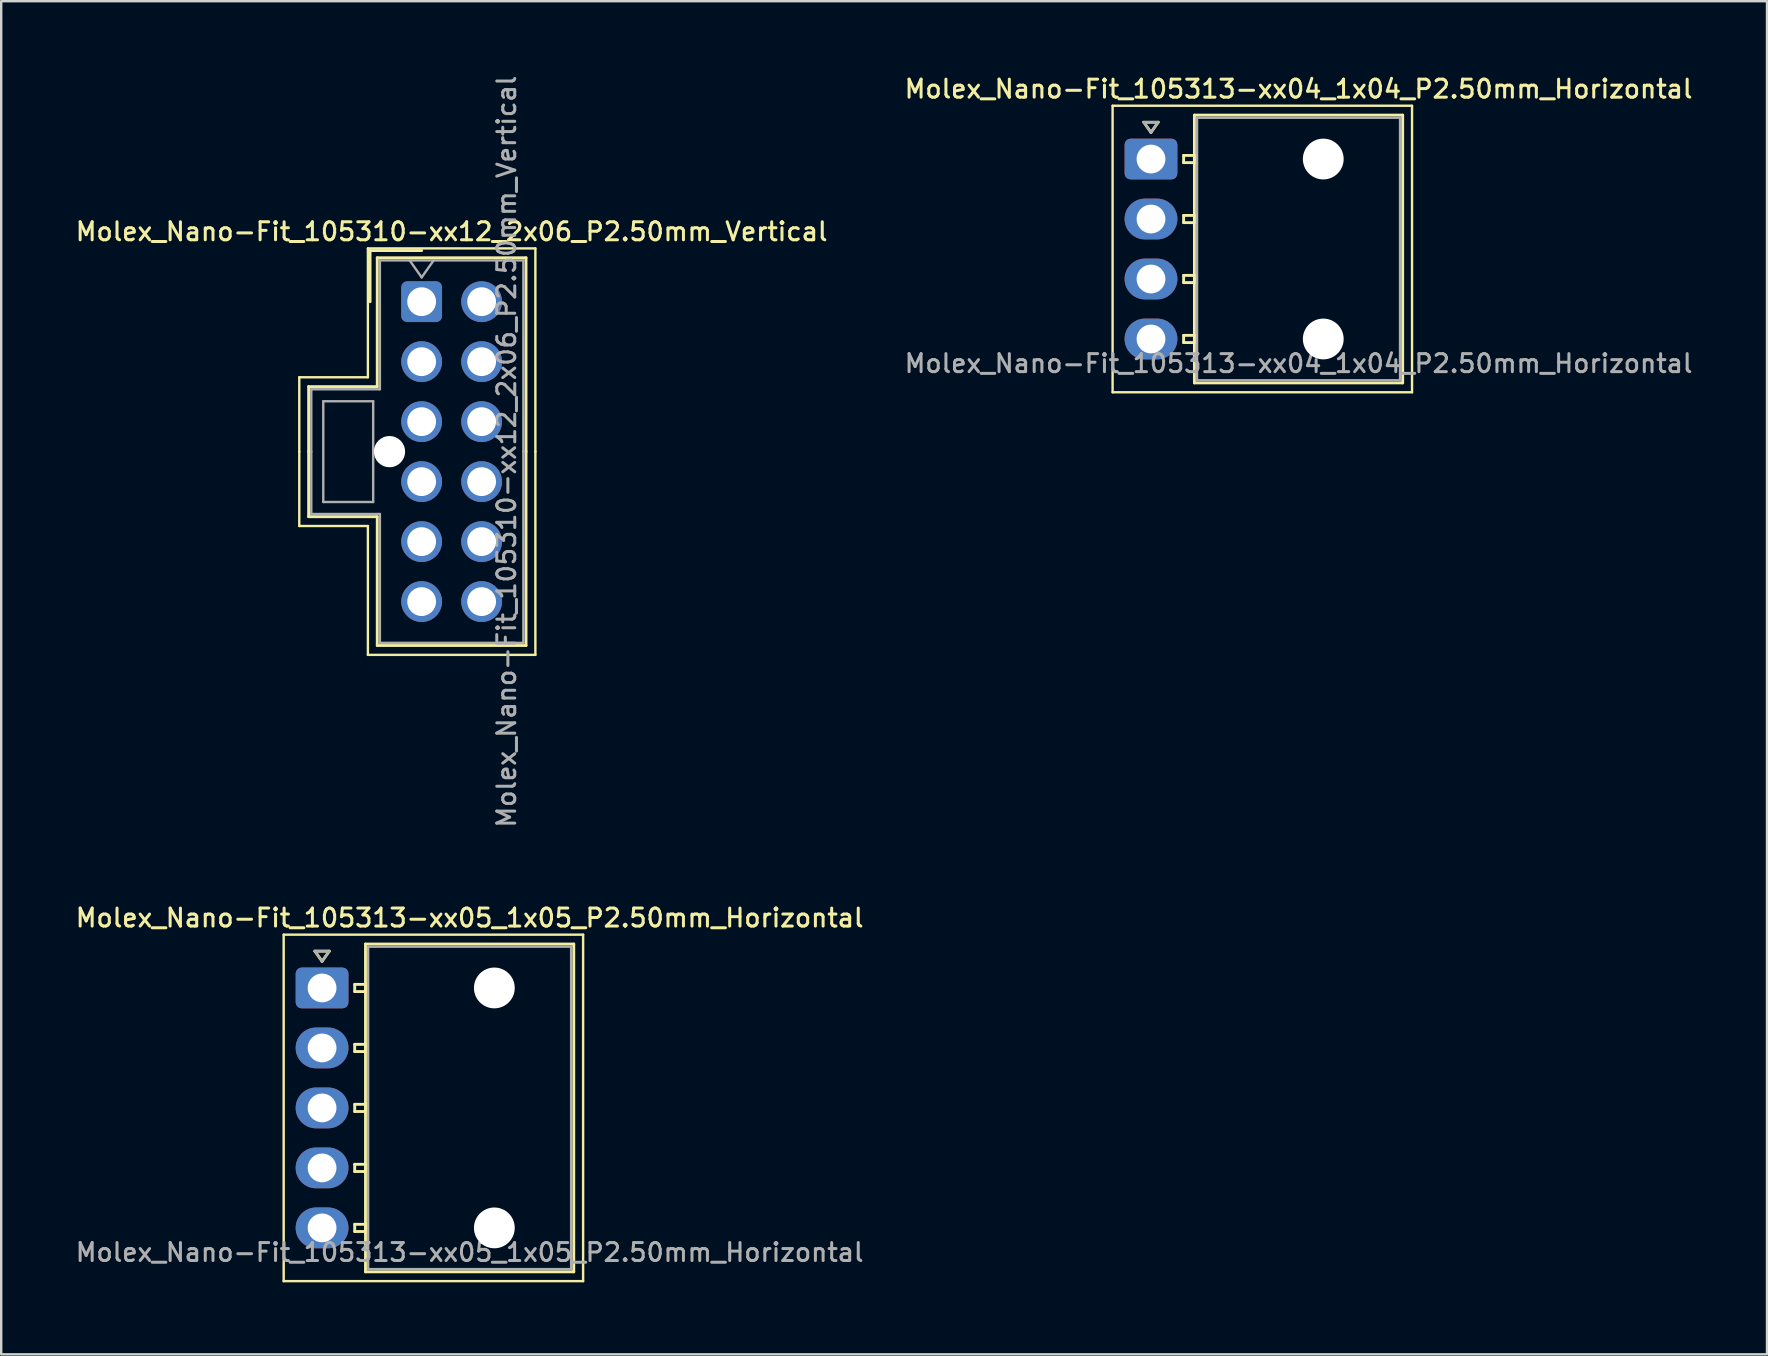
<source format=kicad_pcb>
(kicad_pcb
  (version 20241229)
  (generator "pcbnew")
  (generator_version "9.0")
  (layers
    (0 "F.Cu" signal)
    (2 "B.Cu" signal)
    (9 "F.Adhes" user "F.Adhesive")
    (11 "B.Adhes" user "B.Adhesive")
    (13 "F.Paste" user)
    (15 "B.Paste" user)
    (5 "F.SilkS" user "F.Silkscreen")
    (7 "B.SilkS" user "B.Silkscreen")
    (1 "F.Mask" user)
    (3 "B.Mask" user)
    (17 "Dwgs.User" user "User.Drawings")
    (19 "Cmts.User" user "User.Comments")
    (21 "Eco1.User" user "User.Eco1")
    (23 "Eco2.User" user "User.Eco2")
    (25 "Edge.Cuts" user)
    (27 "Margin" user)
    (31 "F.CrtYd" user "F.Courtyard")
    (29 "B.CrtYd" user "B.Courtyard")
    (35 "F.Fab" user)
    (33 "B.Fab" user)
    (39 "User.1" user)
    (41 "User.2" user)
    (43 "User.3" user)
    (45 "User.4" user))
  (footprint "Molex_Nano-Fit_105313-xx05_1x05_P2.50mm_Horizontal"
    (layer "F.Cu")
    (at 10.373 38.125)
    (property "Reference" "Molex_Nano-Fit_105313-xx05_1x05_P2.50mm_Horizontal" (at 6.15 -2.92 0) (layer "F.SilkS") (effects (font (size 0.75 0.75) (thickness 0.125))))
    (attr through_hole)
    (fp_line (start -1.6 -2.22) (end -1.6 12.22) (stroke (width 0.1) (type solid)) (layer "F.SilkS"))
    (fp_line (start -1.6 12.22) (end 10.88 12.22) (stroke (width 0.1) (type solid)) (layer "F.SilkS"))
    (fp_line (start -0.3 -1.534) (end 0 -1.11) (stroke (width 0.12) (type solid)) (layer "F.SilkS"))
    (fp_line (start 0 -1.11) (end 0.3 -1.534) (stroke (width 0.12) (type solid)) (layer "F.SilkS"))
    (fp_line (start 0.3 -1.534) (end -0.3 -1.534) (stroke (width 0.12) (type solid)) (layer "F.SilkS"))
    (fp_line (start 1.36 -0.15) (end 1.36 0.15) (stroke (width 0.12) (type solid)) (layer "F.SilkS"))
    (fp_line (start 1.36 0.15) (end 1.81 0.15) (stroke (width 0.12) (type solid)) (layer "F.SilkS"))
    (fp_line (start 1.36 2.35) (end 1.36 2.65) (stroke (width 0.12) (type solid)) (layer "F.SilkS"))
    (fp_line (start 1.36 2.65) (end 1.81 2.65) (stroke (width 0.12) (type solid)) (layer "F.SilkS"))
    (fp_line (start 1.36 4.85) (end 1.36 5.15) (stroke (width 0.12) (type solid)) (layer "F.SilkS"))
    (fp_line (start 1.36 5.15) (end 1.81 5.15) (stroke (width 0.12) (type solid)) (layer "F.SilkS"))
    (fp_line (start 1.36 7.35) (end 1.36 7.65) (stroke (width 0.12) (type solid)) (layer "F.SilkS"))
    (fp_line (start 1.36 7.65) (end 1.81 7.65) (stroke (width 0.12) (type solid)) (layer "F.SilkS"))
    (fp_line (start 1.36 9.85) (end 1.36 10.15) (stroke (width 0.12) (type solid)) (layer "F.SilkS"))
    (fp_line (start 1.36 10.15) (end 1.81 10.15) (stroke (width 0.12) (type solid)) (layer "F.SilkS"))
    (fp_line (start 1.81 -1.83) (end 1.81 11.83) (stroke (width 0.12) (type solid)) (layer "F.SilkS"))
    (fp_line (start 1.81 -0.15) (end 1.36 -0.15) (stroke (width 0.12) (type solid)) (layer "F.SilkS"))
    (fp_line (start 1.81 0.15) (end 1.81 -0.15) (stroke (width 0.12) (type solid)) (layer "F.SilkS"))
    (fp_line (start 1.81 2.35) (end 1.36 2.35) (stroke (width 0.12) (type solid)) (layer "F.SilkS"))
    (fp_line (start 1.81 2.65) (end 1.81 2.35) (stroke (width 0.12) (type solid)) (layer "F.SilkS"))
    (fp_line (start 1.81 4.85) (end 1.36 4.85) (stroke (width 0.12) (type solid)) (layer "F.SilkS"))
    (fp_line (start 1.81 5.15) (end 1.81 4.85) (stroke (width 0.12) (type solid)) (layer "F.SilkS"))
    (fp_line (start 1.81 7.35) (end 1.36 7.35) (stroke (width 0.12) (type solid)) (layer "F.SilkS"))
    (fp_line (start 1.81 7.65) (end 1.81 7.35) (stroke (width 0.12) (type solid)) (layer "F.SilkS"))
    (fp_line (start 1.81 9.85) (end 1.36 9.85) (stroke (width 0.12) (type solid)) (layer "F.SilkS"))
    (fp_line (start 1.81 10.15) (end 1.81 9.85) (stroke (width 0.12) (type solid)) (layer "F.SilkS"))
    (fp_line (start 1.81 11.83) (end 10.49 11.83) (stroke (width 0.12) (type solid)) (layer "F.SilkS"))
    (fp_line (start 10.49 -1.83) (end 1.81 -1.83) (stroke (width 0.12) (type solid)) (layer "F.SilkS"))
    (fp_line (start 10.49 11.83) (end 10.49 -1.83) (stroke (width 0.12) (type solid)) (layer "F.SilkS"))
    (fp_line (start 10.88 -2.22) (end -1.6 -2.22) (stroke (width 0.1) (type solid)) (layer "F.SilkS"))
    (fp_line (start 10.88 12.22) (end 10.88 -2.22) (stroke (width 0.1) (type solid)) (layer "F.SilkS"))
    (fp_line (start -0.3 -1.534) (end 0 -1.11) (stroke (width 0.1) (type solid)) (layer "F.Fab"))
    (fp_line (start 0 -1.11) (end 0.3 -1.534) (stroke (width 0.1) (type solid)) (layer "F.Fab"))
    (fp_line (start 0.3 -1.534) (end -0.3 -1.534) (stroke (width 0.1) (type solid)) (layer "F.Fab"))
    (fp_line (start 1.92 -1.72) (end 1.92 11.72) (stroke (width 0.1) (type solid)) (layer "F.Fab"))
    (fp_line (start 1.92 11.72) (end 10.38 11.72) (stroke (width 0.1) (type solid)) (layer "F.Fab"))
    (fp_line (start 10.38 -1.72) (end 1.92 -1.72) (stroke (width 0.1) (type solid)) (layer "F.Fab"))
    (fp_line (start 10.38 11.72) (end 10.38 -1.72) (stroke (width 0.1) (type solid)) (layer "F.Fab"))
    (fp_text user "${REFERENCE}" (at 6.15 11.02 0) (layer "F.Fab") (effects (font (size 0.75 0.75) (thickness 0.125))))
    (pad "" np_thru_hole circle (at 7.18 0) (size 1.7 1.7) (drill 1.7) (layers "*.Cu" "*.Mask"))
    (pad "" np_thru_hole circle (at 7.18 10) (size 1.7 1.7) (drill 1.7) (layers "*.Cu" "*.Mask"))
    (pad "1" thru_hole roundrect (at 0 0) (size 2.2 1.7) (drill 1.2) (layers "*.Cu" "*.Mask") (roundrect_rratio 0.147))
    (pad "2" thru_hole oval (at 0 2.5) (size 2.2 1.7) (drill 1.2) (layers "*.Cu" "*.Mask"))
    (pad "3" thru_hole oval (at 0 5) (size 2.2 1.7) (drill 1.2) (layers "*.Cu" "*.Mask"))
    (pad "4" thru_hole oval (at 0 7.5) (size 2.2 1.7) (drill 1.2) (layers "*.Cu" "*.Mask"))
    (pad "5" thru_hole oval (at 0 10) (size 2.2 1.7) (drill 1.2) (layers "*.Cu" "*.Mask")))
  (footprint "Molex_Nano-Fit_105313-xx04_1x04_P2.50mm_Horizontal"
    (layer "F.Cu")
    (at 44.92 3.578)
    (property "Reference" "Molex_Nano-Fit_105313-xx04_1x04_P2.50mm_Horizontal" (at 6.15 -2.92 0) (layer "F.SilkS") (effects (font (size 0.75 0.75) (thickness 0.125))))
    (attr through_hole)
    (fp_line (start -1.6 -2.22) (end -1.6 9.72) (stroke (width 0.1) (type solid)) (layer "F.SilkS"))
    (fp_line (start -1.6 9.72) (end 10.88 9.72) (stroke (width 0.1) (type solid)) (layer "F.SilkS"))
    (fp_line (start -0.3 -1.534) (end 0 -1.11) (stroke (width 0.12) (type solid)) (layer "F.SilkS"))
    (fp_line (start 0 -1.11) (end 0.3 -1.534) (stroke (width 0.12) (type solid)) (layer "F.SilkS"))
    (fp_line (start 0.3 -1.534) (end -0.3 -1.534) (stroke (width 0.12) (type solid)) (layer "F.SilkS"))
    (fp_line (start 1.36 -0.15) (end 1.36 0.15) (stroke (width 0.12) (type solid)) (layer "F.SilkS"))
    (fp_line (start 1.36 0.15) (end 1.81 0.15) (stroke (width 0.12) (type solid)) (layer "F.SilkS"))
    (fp_line (start 1.36 2.35) (end 1.36 2.65) (stroke (width 0.12) (type solid)) (layer "F.SilkS"))
    (fp_line (start 1.36 2.65) (end 1.81 2.65) (stroke (width 0.12) (type solid)) (layer "F.SilkS"))
    (fp_line (start 1.36 4.85) (end 1.36 5.15) (stroke (width 0.12) (type solid)) (layer "F.SilkS"))
    (fp_line (start 1.36 5.15) (end 1.81 5.15) (stroke (width 0.12) (type solid)) (layer "F.SilkS"))
    (fp_line (start 1.36 7.35) (end 1.36 7.65) (stroke (width 0.12) (type solid)) (layer "F.SilkS"))
    (fp_line (start 1.36 7.65) (end 1.81 7.65) (stroke (width 0.12) (type solid)) (layer "F.SilkS"))
    (fp_line (start 1.81 -1.83) (end 1.81 9.33) (stroke (width 0.12) (type solid)) (layer "F.SilkS"))
    (fp_line (start 1.81 -0.15) (end 1.36 -0.15) (stroke (width 0.12) (type solid)) (layer "F.SilkS"))
    (fp_line (start 1.81 0.15) (end 1.81 -0.15) (stroke (width 0.12) (type solid)) (layer "F.SilkS"))
    (fp_line (start 1.81 2.35) (end 1.36 2.35) (stroke (width 0.12) (type solid)) (layer "F.SilkS"))
    (fp_line (start 1.81 2.65) (end 1.81 2.35) (stroke (width 0.12) (type solid)) (layer "F.SilkS"))
    (fp_line (start 1.81 4.85) (end 1.36 4.85) (stroke (width 0.12) (type solid)) (layer "F.SilkS"))
    (fp_line (start 1.81 5.15) (end 1.81 4.85) (stroke (width 0.12) (type solid)) (layer "F.SilkS"))
    (fp_line (start 1.81 7.35) (end 1.36 7.35) (stroke (width 0.12) (type solid)) (layer "F.SilkS"))
    (fp_line (start 1.81 7.65) (end 1.81 7.35) (stroke (width 0.12) (type solid)) (layer "F.SilkS"))
    (fp_line (start 1.81 9.33) (end 10.49 9.33) (stroke (width 0.12) (type solid)) (layer "F.SilkS"))
    (fp_line (start 10.49 -1.83) (end 1.81 -1.83) (stroke (width 0.12) (type solid)) (layer "F.SilkS"))
    (fp_line (start 10.49 9.33) (end 10.49 -1.83) (stroke (width 0.12) (type solid)) (layer "F.SilkS"))
    (fp_line (start 10.88 -2.22) (end -1.6 -2.22) (stroke (width 0.1) (type solid)) (layer "F.SilkS"))
    (fp_line (start 10.88 9.72) (end 10.88 -2.22) (stroke (width 0.1) (type solid)) (layer "F.SilkS"))
    (fp_line (start -0.3 -1.534) (end 0 -1.11) (stroke (width 0.1) (type solid)) (layer "F.Fab"))
    (fp_line (start 0 -1.11) (end 0.3 -1.534) (stroke (width 0.1) (type solid)) (layer "F.Fab"))
    (fp_line (start 0.3 -1.534) (end -0.3 -1.534) (stroke (width 0.1) (type solid)) (layer "F.Fab"))
    (fp_line (start 1.92 -1.72) (end 1.92 9.22) (stroke (width 0.1) (type solid)) (layer "F.Fab"))
    (fp_line (start 1.92 9.22) (end 10.38 9.22) (stroke (width 0.1) (type solid)) (layer "F.Fab"))
    (fp_line (start 10.38 -1.72) (end 1.92 -1.72) (stroke (width 0.1) (type solid)) (layer "F.Fab"))
    (fp_line (start 10.38 9.22) (end 10.38 -1.72) (stroke (width 0.1) (type solid)) (layer "F.Fab"))
    (fp_text user "${REFERENCE}" (at 6.15 8.52 0) (layer "F.Fab") (effects (font (size 0.75 0.75) (thickness 0.125))))
    (pad "" np_thru_hole circle (at 7.18 0) (size 1.7 1.7) (drill 1.7) (layers "*.Cu" "*.Mask"))
    (pad "" np_thru_hole circle (at 7.18 7.5) (size 1.7 1.7) (drill 1.7) (layers "*.Cu" "*.Mask"))
    (pad "1" thru_hole roundrect (at 0 0) (size 2.2 1.7) (drill 1.2) (layers "*.Cu" "*.Mask") (roundrect_rratio 0.147))
    (pad "2" thru_hole oval (at 0 2.5) (size 2.2 1.7) (drill 1.2) (layers "*.Cu" "*.Mask"))
    (pad "3" thru_hole oval (at 0 5) (size 2.2 1.7) (drill 1.2) (layers "*.Cu" "*.Mask"))
    (pad "4" thru_hole oval (at 0 7.5) (size 2.2 1.7) (drill 1.2) (layers "*.Cu" "*.Mask")))
  (footprint "Molex_Nano-Fit_105310-xx12_2x06_P2.50mm_Vertical"
    (layer "F.Cu")
    (at 14.523 9.523)
    (property "Reference" "Molex_Nano-Fit_105310-xx12_2x06_P2.50mm_Vertical" (at 1.25 -2.92 0) (layer "F.SilkS") (effects (font (size 0.75 0.75) (thickness 0.125))))
    (attr through_hole)
    (fp_line (start -5.1 3.15) (end -5.1 6.25) (stroke (width 0.1) (type solid)) (layer "F.SilkS"))
    (fp_line (start -5.1 9.35) (end -5.1 6.25) (stroke (width 0.1) (type solid)) (layer "F.SilkS"))
    (fp_line (start -4.71 3.54) (end -4.71 6.25) (stroke (width 0.12) (type solid)) (layer "F.SilkS"))
    (fp_line (start -4.71 8.96) (end -4.71 6.25) (stroke (width 0.12) (type solid)) (layer "F.SilkS"))
    (fp_line (start -2.24 -2.22) (end -2.24 3.15) (stroke (width 0.1) (type solid)) (layer "F.SilkS"))
    (fp_line (start -2.24 3.15) (end -5.1 3.15) (stroke (width 0.1) (type solid)) (layer "F.SilkS"))
    (fp_line (start -2.24 9.35) (end -5.1 9.35) (stroke (width 0.1) (type solid)) (layer "F.SilkS"))
    (fp_line (start -2.24 14.72) (end -2.24 9.35) (stroke (width 0.1) (type solid)) (layer "F.SilkS"))
    (fp_line (start -2.15 -2.13) (end -2.15 0) (stroke (width 0.12) (type solid)) (layer "F.SilkS"))
    (fp_line (start -1.85 -1.83) (end -1.85 3.54) (stroke (width 0.12) (type solid)) (layer "F.SilkS"))
    (fp_line (start -1.85 3.54) (end -4.71 3.54) (stroke (width 0.12) (type solid)) (layer "F.SilkS"))
    (fp_line (start -1.85 8.96) (end -4.71 8.96) (stroke (width 0.12) (type solid)) (layer "F.SilkS"))
    (fp_line (start -1.85 14.33) (end -1.85 8.96) (stroke (width 0.12) (type solid)) (layer "F.SilkS"))
    (fp_line (start 0 -2.13) (end -2.15 -2.13) (stroke (width 0.12) (type solid)) (layer "F.SilkS"))
    (fp_line (start 4.35 -1.83) (end -1.85 -1.83) (stroke (width 0.12) (type solid)) (layer "F.SilkS"))
    (fp_line (start 4.35 6.25) (end 4.35 -1.83) (stroke (width 0.12) (type solid)) (layer "F.SilkS"))
    (fp_line (start 4.35 6.25) (end 4.35 14.33) (stroke (width 0.12) (type solid)) (layer "F.SilkS"))
    (fp_line (start 4.35 14.33) (end -1.85 14.33) (stroke (width 0.12) (type solid)) (layer "F.SilkS"))
    (fp_line (start 4.74 -2.22) (end -2.24 -2.22) (stroke (width 0.1) (type solid)) (layer "F.SilkS"))
    (fp_line (start 4.74 6.25) (end 4.74 -2.22) (stroke (width 0.1) (type solid)) (layer "F.SilkS"))
    (fp_line (start 4.74 6.25) (end 4.74 14.72) (stroke (width 0.1) (type solid)) (layer "F.SilkS"))
    (fp_line (start 4.74 14.72) (end -2.24 14.72) (stroke (width 0.1) (type solid)) (layer "F.SilkS"))
    (fp_line (start -4.6 3.65) (end -4.6 6.25) (stroke (width 0.1) (type solid)) (layer "F.Fab"))
    (fp_line (start -4.6 8.85) (end -4.6 6.25) (stroke (width 0.1) (type solid)) (layer "F.Fab"))
    (fp_line (start -4.1 4.15) (end -4.1 8.35) (stroke (width 0.1) (type solid)) (layer "F.Fab"))
    (fp_line (start -4.1 8.35) (end -2.02 8.35) (stroke (width 0.1) (type solid)) (layer "F.Fab"))
    (fp_line (start -2.02 4.15) (end -4.1 4.15) (stroke (width 0.1) (type solid)) (layer "F.Fab"))
    (fp_line (start -2.02 8.35) (end -2.02 4.15) (stroke (width 0.1) (type solid)) (layer "F.Fab"))
    (fp_line (start -1.74 -1.72) (end -1.74 3.65) (stroke (width 0.1) (type solid)) (layer "F.Fab"))
    (fp_line (start -1.74 3.65) (end -4.6 3.65) (stroke (width 0.1) (type solid)) (layer "F.Fab"))
    (fp_line (start -1.74 8.85) (end -4.6 8.85) (stroke (width 0.1) (type solid)) (layer "F.Fab"))
    (fp_line (start -1.74 14.22) (end -1.74 8.85) (stroke (width 0.1) (type solid)) (layer "F.Fab"))
    (fp_line (start -0.5 -1.72) (end 0 -1.013) (stroke (width 0.1) (type solid)) (layer "F.Fab"))
    (fp_line (start 0 -1.013) (end 0.5 -1.72) (stroke (width 0.1) (type solid)) (layer "F.Fab"))
    (fp_line (start 4.24 -1.72) (end -1.74 -1.72) (stroke (width 0.1) (type solid)) (layer "F.Fab"))
    (fp_line (start 4.24 6.25) (end 4.24 -1.72) (stroke (width 0.1) (type solid)) (layer "F.Fab"))
    (fp_line (start 4.24 6.25) (end 4.24 14.22) (stroke (width 0.1) (type solid)) (layer "F.Fab"))
    (fp_line (start 4.24 14.22) (end -1.74 14.22) (stroke (width 0.1) (type solid)) (layer "F.Fab"))
    (fp_text user "${REFERENCE}" (at 3.54 6.25 90) (layer "F.Fab") (effects (font (size 0.75 0.75) (thickness 0.125))))
    (pad "" np_thru_hole circle (at -1.34 6.25) (size 1.3 1.3) (drill 1.3) (layers "*.Cu" "*.Mask"))
    (pad "1" thru_hole roundrect (at 0 0) (size 1.7 1.7) (drill 1.2) (layers "*.Cu" "*.Mask") (roundrect_rratio 0.147))
    (pad "2" thru_hole circle (at 0 2.5) (size 1.7 1.7) (drill 1.2) (layers "*.Cu" "*.Mask"))
    (pad "3" thru_hole circle (at 0 5) (size 1.7 1.7) (drill 1.2) (layers "*.Cu" "*.Mask"))
    (pad "4" thru_hole circle (at 0 7.5) (size 1.7 1.7) (drill 1.2) (layers "*.Cu" "*.Mask"))
    (pad "5" thru_hole circle (at 0 10) (size 1.7 1.7) (drill 1.2) (layers "*.Cu" "*.Mask"))
    (pad "6" thru_hole circle (at 0 12.5) (size 1.7 1.7) (drill 1.2) (layers "*.Cu" "*.Mask"))
    (pad "7" thru_hole circle (at 2.5 0) (size 1.7 1.7) (drill 1.2) (layers "*.Cu" "*.Mask"))
    (pad "8" thru_hole circle (at 2.5 2.5) (size 1.7 1.7) (drill 1.2) (layers "*.Cu" "*.Mask"))
    (pad "9" thru_hole circle (at 2.5 5) (size 1.7 1.7) (drill 1.2) (layers "*.Cu" "*.Mask"))
    (pad "10" thru_hole circle (at 2.5 7.5) (size 1.7 1.7) (drill 1.2) (layers "*.Cu" "*.Mask"))
    (pad "11" thru_hole circle (at 2.5 10) (size 1.7 1.7) (drill 1.2) (layers "*.Cu" "*.Mask"))
    (pad "12" thru_hole circle (at 2.5 12.5) (size 1.7 1.7) (drill 1.2) (layers "*.Cu" "*.Mask")))
  (gr_rect
    (start -3 -3)
    (end 70.593 53.395)
    (stroke (width 0.1) (type default))
    (fill no)
    (layer "Edge.Cuts")))
</source>
